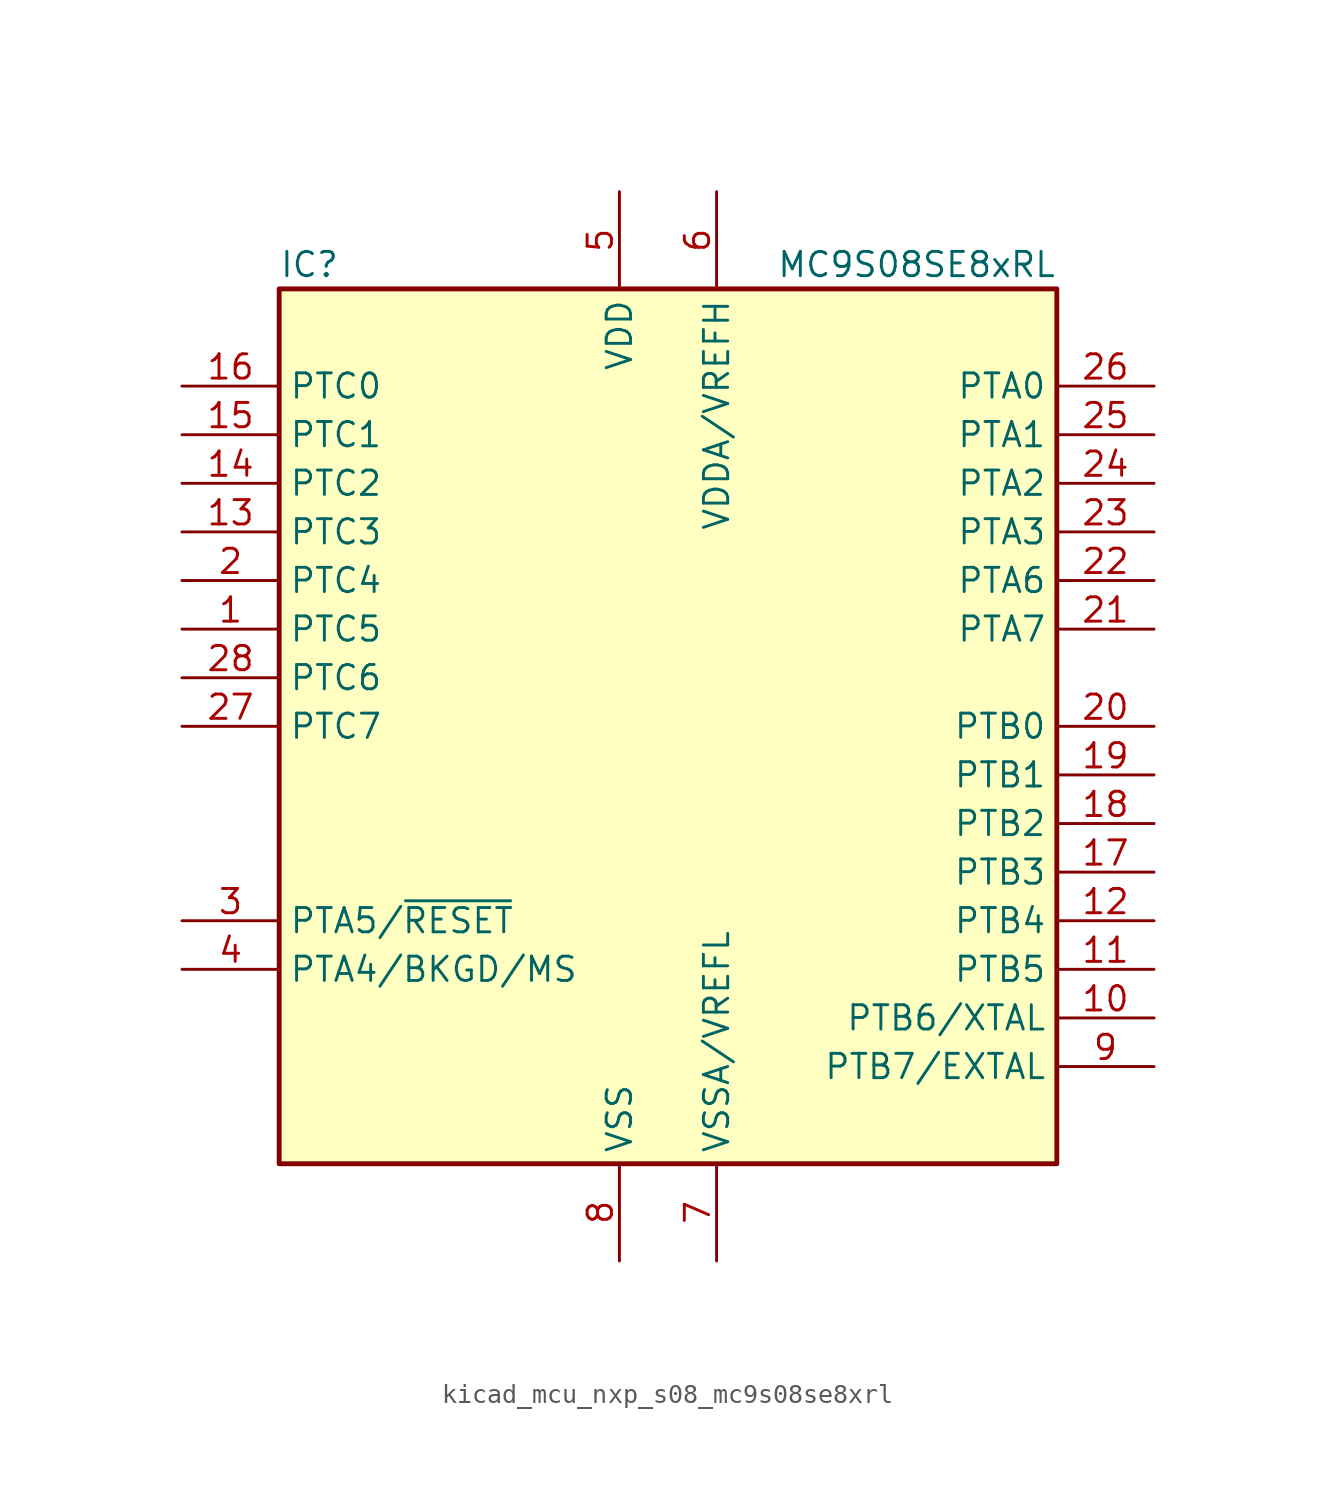
<source format=kicad_sym>
(kicad_symbol_lib
  (version 20220914)
  (generator kicad_symbol_editor)
  (symbol "kicad_mcu_nxp_s08_mc9s08se8xrl"
    (property "Reference" "IC"
      (at -20.32 24.13 0)
      (effects (font (size 1.27 1.27)) (justify left)))
    (property "Value" "MC9S08SE8xRL"
      (at 20.32 24.13 0)
      (effects (font (size 1.27 1.27)) (justify right)))
    (symbol "kicad_mcu_nxp_s08_mc9s08se8xrl_0_1"
      (rectangle (start -20.32 22.86) (end 20.32 -22.86) (stroke (width 0.254) (type default)) (fill (type background))))
    (symbol "kicad_mcu_nxp_s08_mc9s08se8xrl_1_1"
      (pin bidirectional line (at -25.4 5.08 0) (length 5.08) (name "PTC5" (effects (font (size 1.27 1.27)))) (number "1" (effects (font (size 1.27 1.27)))))
      (pin bidirectional line (at 25.4 -15.24 180) (length 5.08) (name "PTB6/XTAL" (effects (font (size 1.27 1.27)))) (number "10" (effects (font (size 1.27 1.27)))))
      (pin bidirectional line (at 25.4 -12.7 180) (length 5.08) (name "PTB5" (effects (font (size 1.27 1.27)))) (number "11" (effects (font (size 1.27 1.27)))))
      (pin bidirectional line (at 25.4 -10.16 180) (length 5.08) (name "PTB4" (effects (font (size 1.27 1.27)))) (number "12" (effects (font (size 1.27 1.27)))))
      (pin bidirectional line (at -25.4 10.16 0) (length 5.08) (name "PTC3" (effects (font (size 1.27 1.27)))) (number "13" (effects (font (size 1.27 1.27)))))
      (pin bidirectional line (at -25.4 12.7 0) (length 5.08) (name "PTC2" (effects (font (size 1.27 1.27)))) (number "14" (effects (font (size 1.27 1.27)))))
      (pin bidirectional line (at -25.4 15.24 0) (length 5.08) (name "PTC1" (effects (font (size 1.27 1.27)))) (number "15" (effects (font (size 1.27 1.27)))))
      (pin bidirectional line (at -25.4 17.78 0) (length 5.08) (name "PTC0" (effects (font (size 1.27 1.27)))) (number "16" (effects (font (size 1.27 1.27)))))
      (pin bidirectional line (at 25.4 -7.62 180) (length 5.08) (name "PTB3" (effects (font (size 1.27 1.27)))) (number "17" (effects (font (size 1.27 1.27)))))
      (pin bidirectional line (at 25.4 -5.08 180) (length 5.08) (name "PTB2" (effects (font (size 1.27 1.27)))) (number "18" (effects (font (size 1.27 1.27)))))
      (pin bidirectional line (at 25.4 -2.54 180) (length 5.08) (name "PTB1" (effects (font (size 1.27 1.27)))) (number "19" (effects (font (size 1.27 1.27)))))
      (pin bidirectional line (at -25.4 7.62 0) (length 5.08) (name "PTC4" (effects (font (size 1.27 1.27)))) (number "2" (effects (font (size 1.27 1.27)))))
      (pin bidirectional line (at 25.4 0 180) (length 5.08) (name "PTB0" (effects (font (size 1.27 1.27)))) (number "20" (effects (font (size 1.27 1.27)))))
      (pin bidirectional line (at 25.4 5.08 180) (length 5.08) (name "PTA7" (effects (font (size 1.27 1.27)))) (number "21" (effects (font (size 1.27 1.27)))))
      (pin bidirectional line (at 25.4 7.62 180) (length 5.08) (name "PTA6" (effects (font (size 1.27 1.27)))) (number "22" (effects (font (size 1.27 1.27)))))
      (pin bidirectional line (at 25.4 10.16 180) (length 5.08) (name "PTA3" (effects (font (size 1.27 1.27)))) (number "23" (effects (font (size 1.27 1.27)))))
      (pin bidirectional line (at 25.4 12.7 180) (length 5.08) (name "PTA2" (effects (font (size 1.27 1.27)))) (number "24" (effects (font (size 1.27 1.27)))))
      (pin bidirectional line (at 25.4 15.24 180) (length 5.08) (name "PTA1" (effects (font (size 1.27 1.27)))) (number "25" (effects (font (size 1.27 1.27)))))
      (pin bidirectional line (at 25.4 17.78 180) (length 5.08) (name "PTA0" (effects (font (size 1.27 1.27)))) (number "26" (effects (font (size 1.27 1.27)))))
      (pin bidirectional line (at -25.4 0 0) (length 5.08) (name "PTC7" (effects (font (size 1.27 1.27)))) (number "27" (effects (font (size 1.27 1.27)))))
      (pin bidirectional line (at -25.4 2.54 0) (length 5.08) (name "PTC6" (effects (font (size 1.27 1.27)))) (number "28" (effects (font (size 1.27 1.27)))))
      (pin bidirectional line (at -25.4 -10.16 0) (length 5.08) (name "PTA5/~{RESET}" (effects (font (size 1.27 1.27)))) (number "3" (effects (font (size 1.27 1.27)))))
      (pin bidirectional line (at -25.4 -12.7 0) (length 5.08) (name "PTA4/BKGD/MS" (effects (font (size 1.27 1.27)))) (number "4" (effects (font (size 1.27 1.27)))))
      (pin power_in line (at -2.54 27.94 270) (length 5.08) (name "VDD" (effects (font (size 1.27 1.27)))) (number "5" (effects (font (size 1.27 1.27)))))
      (pin power_in line (at 2.54 27.94 270) (length 5.08) (name "VDDA/VREFH" (effects (font (size 1.27 1.27)))) (number "6" (effects (font (size 1.27 1.27)))))
      (pin power_in line (at 2.54 -27.94 90) (length 5.08) (name "VSSA/VREFL" (effects (font (size 1.27 1.27)))) (number "7" (effects (font (size 1.27 1.27)))))
      (pin power_in line (at -2.54 -27.94 90) (length 5.08) (name "VSS" (effects (font (size 1.27 1.27)))) (number "8" (effects (font (size 1.27 1.27)))))
      (pin bidirectional line (at 25.4 -17.78 180) (length 5.08) (name "PTB7/EXTAL" (effects (font (size 1.27 1.27)))) (number "9" (effects (font (size 1.27 1.27))))))))
</source>
